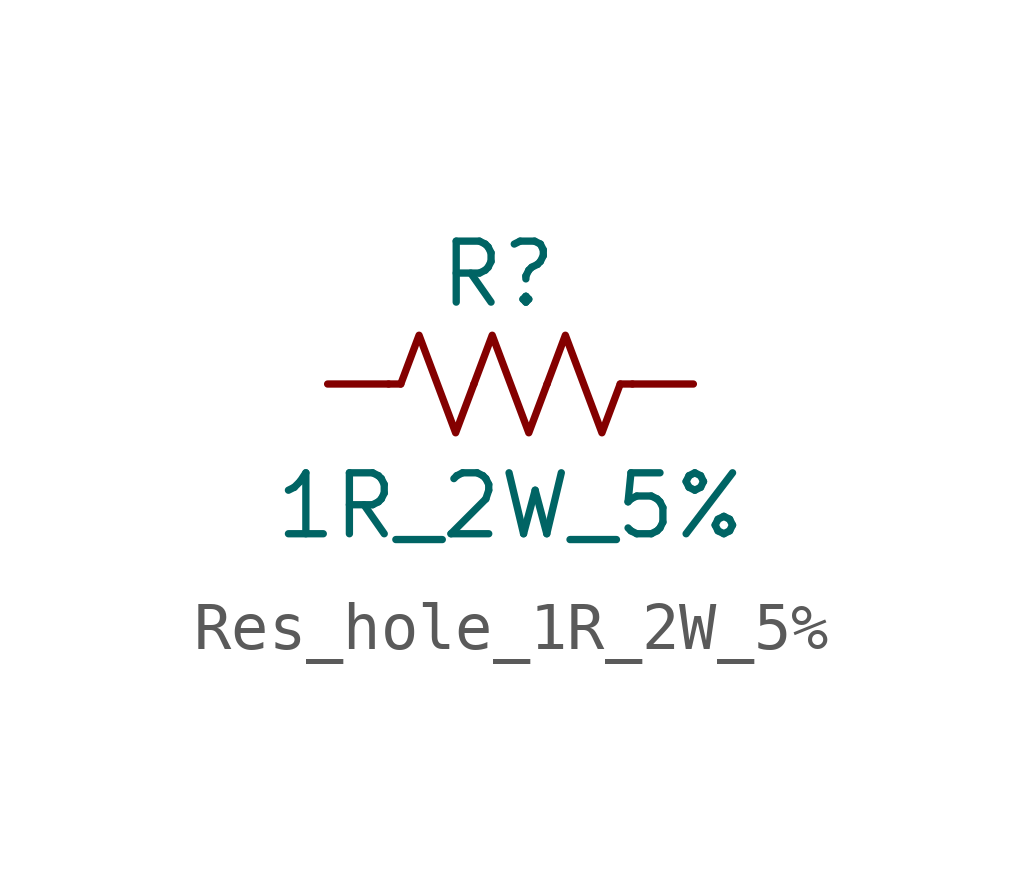
<source format=kicad_sym>
(kicad_symbol_lib
  (version 20231120)
  (generator "kicad_symbol_editor")
  (generator_version "8.0")
  (symbol "Res_hole_1R_2W_5%"
    (pin_numbers hide)
    (pin_names
      (offset 0))
    (property "Reference" "R"
      (at 3.556 2.286 0)
      (effects (font (size 1.27 1.27))))
    (property "Value" "1R_2W_5%"
      (at 3.81 -2.54 0)
      (effects (font (size 1.27 1.27))))
    (symbol "Res_hole_1R_2W_5%_0_1"
      (polyline (pts (xy 1.524 0) (xy 1.27 0)) (stroke (width 0) (type default)) (fill (type none)))
      (polyline (pts (xy 6.096 0) (xy 6.35 0)) (stroke (width 0) (type default)) (fill (type none)))
      (polyline (pts (xy 1.524 0) (xy 1.905 1.016) (xy 2.286 0) (xy 2.667 -1.016) (xy 3.048 0)) (stroke (width 0) (type default)) (fill (type none)))
      (polyline (pts (xy 3.048 0) (xy 3.429 1.016) (xy 3.81 0) (xy 4.191 -1.016) (xy 4.572 0)) (stroke (width 0) (type default)) (fill (type none)))
      (polyline (pts (xy 4.572 0) (xy 4.953 1.016) (xy 5.334 0) (xy 5.715 -1.016) (xy 6.096 0)) (stroke (width 0) (type default)) (fill (type none))))
    (symbol "Res_hole_1R_2W_5%_1_1"
      (pin passive line (at 0 0 0) (length 1.27) (name "~" (effects (font (size 1.27 1.27)))) (number "1" (effects (font (size 1.27 1.27)))))
      (pin passive line (at 7.62 0 180) (length 1.27) (name "~" (effects (font (size 1.27 1.27)))) (number "2" (effects (font (size 1.27 1.27))))))))
</source>
